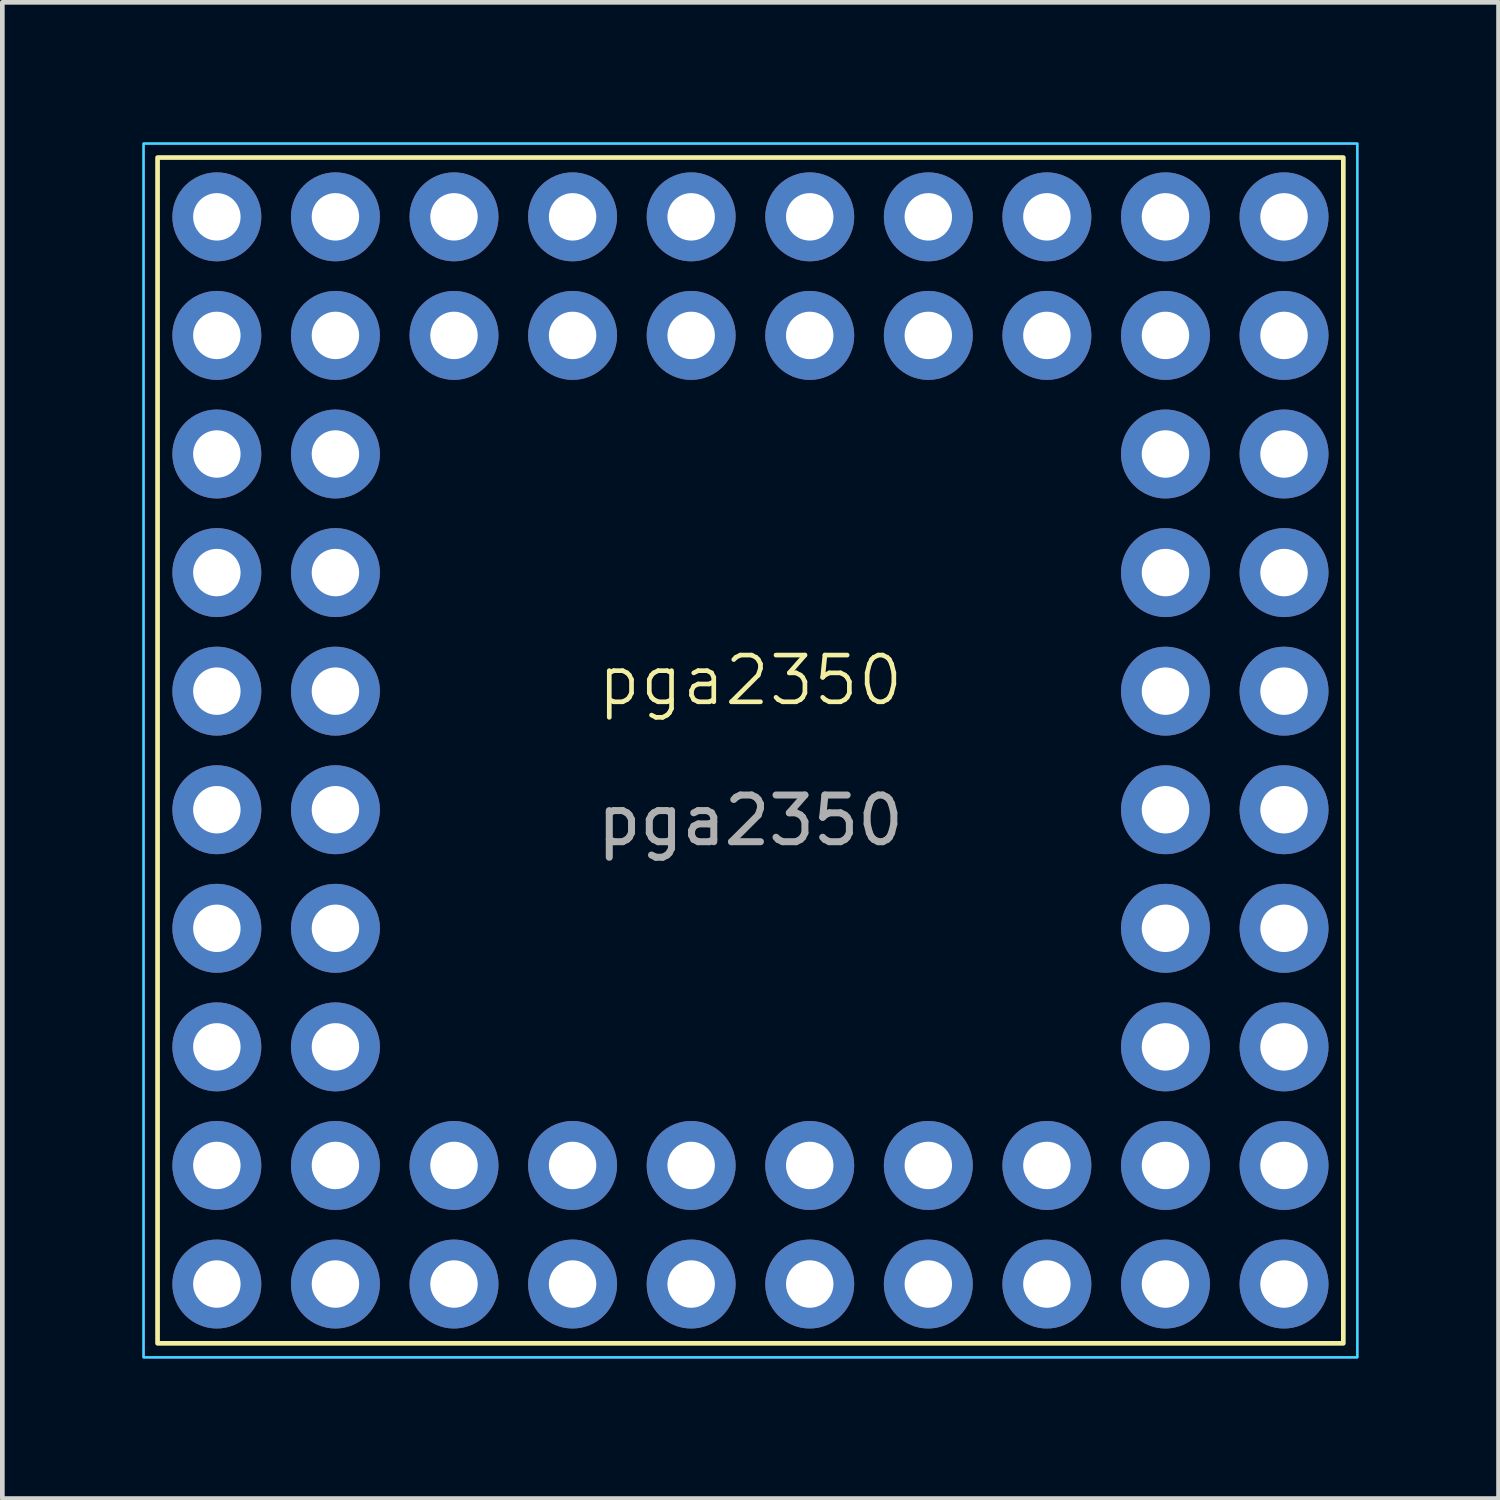
<source format=kicad_pcb>
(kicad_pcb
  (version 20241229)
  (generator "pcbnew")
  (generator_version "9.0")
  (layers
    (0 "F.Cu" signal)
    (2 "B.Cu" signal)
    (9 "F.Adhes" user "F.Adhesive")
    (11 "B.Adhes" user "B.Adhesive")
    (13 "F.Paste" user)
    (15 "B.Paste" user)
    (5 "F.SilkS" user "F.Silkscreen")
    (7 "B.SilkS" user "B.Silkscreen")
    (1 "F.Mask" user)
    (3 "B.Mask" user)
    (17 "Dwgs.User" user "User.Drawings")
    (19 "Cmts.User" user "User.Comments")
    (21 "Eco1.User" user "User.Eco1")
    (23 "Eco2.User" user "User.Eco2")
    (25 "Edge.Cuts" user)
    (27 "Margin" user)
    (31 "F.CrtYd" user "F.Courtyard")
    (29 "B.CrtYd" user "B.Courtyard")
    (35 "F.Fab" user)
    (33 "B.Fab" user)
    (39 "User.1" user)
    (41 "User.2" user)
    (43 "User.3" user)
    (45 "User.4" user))
  (footprint "pga2350"
    (layer "F.Cu")
    (at 13.025 13.025)
    (property "Reference" "pga2350" (at 0 -1.5 0) (unlocked yes) (layer "F.SilkS") (effects (font (size 1 1) (thickness 0.1))))
    (attr through_hole)
    (fp_rect (start -12.7 -12.7) (end 12.7 12.7) (stroke (width 0.1) (type solid)) (fill no) (layer "F.SilkS"))
    (fp_rect (start -13 -13) (end 13 13) (stroke (width 0.05) (type default)) (fill no) (layer "B.CrtYd"))
    (fp_rect (start -13 -13) (end 13 13) (stroke (width 0.05) (type default)) (fill no) (layer "F.CrtYd"))
    (fp_text user "${REFERENCE}" (at 0 1.5 0) (unlocked yes) (layer "F.Fab") (effects (font (size 1 1) (thickness 0.15))))
    (pad "00" thru_hole circle (at -8.89 -11.43) (size 1.905 1.905) (drill 1.016) (layers "*.Cu" "*.Mask"))
    (pad "01" thru_hole circle (at -6.35 -8.89) (size 1.905 1.905) (drill 1.016) (layers "*.Cu" "*.Mask"))
    (pad "02" thru_hole circle (at -11.43 -8.89) (size 1.905 1.905) (drill 1.016) (layers "*.Cu" "*.Mask"))
    (pad "03" thru_hole circle (at -8.89 -6.35) (size 1.905 1.905) (drill 1.016) (layers "*.Cu" "*.Mask"))
    (pad "3EN" thru_hole circle (at -3.81 -11.43) (size 1.905 1.905) (drill 1.016) (layers "*.Cu" "*.Mask"))
    (pad "3V3" thru_hole circle (at -3.81 -8.89) (size 1.905 1.905) (drill 1.016) (layers "*.Cu" "*.Mask"))
    (pad "04" thru_hole circle (at -11.43 -6.35) (size 1.905 1.905) (drill 1.016) (layers "*.Cu" "*.Mask"))
    (pad "05" thru_hole circle (at -8.89 -3.81) (size 1.905 1.905) (drill 1.016) (layers "*.Cu" "*.Mask"))
    (pad "06" thru_hole circle (at -11.43 -3.81) (size 1.905 1.905) (drill 1.016) (layers "*.Cu" "*.Mask"))
    (pad "07" thru_hole circle (at -8.89 -1.27) (size 1.905 1.905) (drill 1.016) (layers "*.Cu" "*.Mask"))
    (pad "08" thru_hole circle (at -11.43 -1.27) (size 1.905 1.905) (drill 1.016) (layers "*.Cu" "*.Mask"))
    (pad "09" thru_hole circle (at -8.89 1.27) (size 1.905 1.905) (drill 1.016) (layers "*.Cu" "*.Mask"))
    (pad "10" thru_hole circle (at -11.43 1.27) (size 1.905 1.905) (drill 1.016) (layers "*.Cu" "*.Mask"))
    (pad "11" thru_hole circle (at -8.89 3.81) (size 1.905 1.905) (drill 1.016) (layers "*.Cu" "*.Mask"))
    (pad "12" thru_hole circle (at -11.43 3.81) (size 1.905 1.905) (drill 1.016) (layers "*.Cu" "*.Mask"))
    (pad "13" thru_hole circle (at -8.89 6.35) (size 1.905 1.905) (drill 1.016) (layers "*.Cu" "*.Mask"))
    (pad "14" thru_hole circle (at -11.43 6.35) (size 1.905 1.905) (drill 1.016) (layers "*.Cu" "*.Mask"))
    (pad "15" thru_hole circle (at -8.89 8.89) (size 1.905 1.905) (drill 1.016) (layers "*.Cu" "*.Mask"))
    (pad "16" thru_hole circle (at -11.43 8.89) (size 1.905 1.905) (drill 1.016) (layers "*.Cu" "*.Mask"))
    (pad "17" thru_hole circle (at -8.89 11.43) (size 1.905 1.905) (drill 1.016) (layers "*.Cu" "*.Mask"))
    (pad "18" thru_hole circle (at -6.35 11.43) (size 1.905 1.905) (drill 1.016) (layers "*.Cu" "*.Mask"))
    (pad "19" thru_hole circle (at -6.35 8.89) (size 1.905 1.905) (drill 1.016) (layers "*.Cu" "*.Mask"))
    (pad "20" thru_hole circle (at -3.81 11.43) (size 1.905 1.905) (drill 1.016) (layers "*.Cu" "*.Mask"))
    (pad "21" thru_hole circle (at -3.81 8.89) (size 1.905 1.905) (drill 1.016) (layers "*.Cu" "*.Mask"))
    (pad "22" thru_hole circle (at -1.27 11.43) (size 1.905 1.905) (drill 1.016) (layers "*.Cu" "*.Mask"))
    (pad "23" thru_hole circle (at -1.27 8.89) (size 1.905 1.905) (drill 1.016) (layers "*.Cu" "*.Mask"))
    (pad "24" thru_hole circle (at 1.27 11.43) (size 1.905 1.905) (drill 1.016) (layers "*.Cu" "*.Mask"))
    (pad "25" thru_hole circle (at 1.27 8.89) (size 1.905 1.905) (drill 1.016) (layers "*.Cu" "*.Mask"))
    (pad "26" thru_hole circle (at 3.81 11.43) (size 1.905 1.905) (drill 1.016) (layers "*.Cu" "*.Mask"))
    (pad "27" thru_hole circle (at 3.81 8.89) (size 1.905 1.905) (drill 1.016) (layers "*.Cu" "*.Mask"))
    (pad "28" thru_hole circle (at 6.35 11.43) (size 1.905 1.905) (drill 1.016) (layers "*.Cu" "*.Mask"))
    (pad "29" thru_hole circle (at 6.35 8.89) (size 1.905 1.905) (drill 1.016) (layers "*.Cu" "*.Mask"))
    (pad "30" thru_hole circle (at 8.89 11.43) (size 1.905 1.905) (drill 1.016) (layers "*.Cu" "*.Mask"))
    (pad "31" thru_hole circle (at 8.89 8.89) (size 1.905 1.905) (drill 1.016) (layers "*.Cu" "*.Mask"))
    (pad "32" thru_hole circle (at 11.43 8.89) (size 1.905 1.905) (drill 1.016) (layers "*.Cu" "*.Mask"))
    (pad "33" thru_hole circle (at 8.89 6.35) (size 1.905 1.905) (drill 1.016) (layers "*.Cu" "*.Mask"))
    (pad "34" thru_hole circle (at 11.43 6.35) (size 1.905 1.905) (drill 1.016) (layers "*.Cu" "*.Mask"))
    (pad "35" thru_hole circle (at 8.89 3.81) (size 1.905 1.905) (drill 1.016) (layers "*.Cu" "*.Mask"))
    (pad "36" thru_hole circle (at 11.43 3.81) (size 1.905 1.905) (drill 1.016) (layers "*.Cu" "*.Mask"))
    (pad "37" thru_hole circle (at 8.89 1.27) (size 1.905 1.905) (drill 1.016) (layers "*.Cu" "*.Mask"))
    (pad "38" thru_hole circle (at 11.43 1.27) (size 1.905 1.905) (drill 1.016) (layers "*.Cu" "*.Mask"))
    (pad "39" thru_hole circle (at 8.89 -1.27) (size 1.905 1.905) (drill 1.016) (layers "*.Cu" "*.Mask"))
    (pad "40" thru_hole circle (at 11.43 -1.27) (size 1.905 1.905) (drill 1.016) (layers "*.Cu" "*.Mask"))
    (pad "41" thru_hole circle (at 8.89 -3.81) (size 1.905 1.905) (drill 1.016) (layers "*.Cu" "*.Mask"))
    (pad "42" thru_hole circle (at 11.43 -3.81) (size 1.905 1.905) (drill 1.016) (layers "*.Cu" "*.Mask"))
    (pad "43" thru_hole circle (at 8.89 -6.35) (size 1.905 1.905) (drill 1.016) (layers "*.Cu" "*.Mask"))
    (pad "44" thru_hole circle (at 11.43 -6.35) (size 1.905 1.905) (drill 1.016) (layers "*.Cu" "*.Mask"))
    (pad "45" thru_hole circle (at 11.43 -8.89) (size 1.905 1.905) (drill 1.016) (layers "*.Cu" "*.Mask"))
    (pad "46" thru_hole circle (at 8.89 -11.43) (size 1.905 1.905) (drill 1.016) (layers "*.Cu" "*.Mask"))
    (pad "47" thru_hole circle (at 6.35 -8.89) (size 1.905 1.905) (drill 1.016) (layers "*.Cu" "*.Mask"))
    (pad "AR" thru_hole circle (at -1.27 -8.89) (size 1.905 1.905) (drill 1.016) (layers "*.Cu" "*.Mask"))
    (pad "BS" thru_hole circle (at 6.35 -11.43) (size 1.905 1.905) (drill 1.016) (layers "*.Cu" "*.Mask"))
    (pad "G" thru_hole circle (at -11.43 -11.43) (size 1.905 1.905) (drill 1.016) (layers "*.Cu" "*.Mask"))
    (pad "G" thru_hole circle (at -11.43 11.43) (size 1.905 1.905) (drill 1.016) (layers "*.Cu" "*.Mask"))
    (pad "G" thru_hole circle (at -8.89 -8.89) (size 1.905 1.905) (drill 1.016) (layers "*.Cu" "*.Mask"))
    (pad "G" thru_hole circle (at 8.89 -8.89) (size 1.905 1.905) (drill 1.016) (layers "*.Cu" "*.Mask"))
    (pad "G" thru_hole circle (at 11.43 -11.43) (size 1.905 1.905) (drill 1.016) (layers "*.Cu" "*.Mask"))
    (pad "G" thru_hole circle (at 11.43 11.43) (size 1.905 1.905) (drill 1.016) (layers "*.Cu" "*.Mask"))
    (pad "R" thru_hole circle (at -1.27 -11.43) (size 1.905 1.905) (drill 1.016) (layers "*.Cu" "*.Mask"))
    (pad "SC" thru_hole circle (at 1.27 -8.89) (size 1.905 1.905) (drill 1.016) (layers "*.Cu" "*.Mask"))
    (pad "SD" thru_hole circle (at 3.81 -8.89) (size 1.905 1.905) (drill 1.016) (layers "*.Cu" "*.Mask"))
    (pad "U+" thru_hole circle (at 1.27 -11.43) (size 1.905 1.905) (drill 1.016) (layers "*.Cu" "*.Mask"))
    (pad "U-" thru_hole circle (at 3.81 -11.43) (size 1.905 1.905) (drill 1.016) (layers "*.Cu" "*.Mask"))
    (pad "VBB" thru_hole circle (at -6.35 -11.43) (size 1.905 1.905) (drill 1.016) (layers "*.Cu" "*.Mask")))
  (gr_rect
    (start -3 -3)
    (end 29.05 29.05)
    (stroke (width 0.1) (type default))
    (fill no)
    (layer "Edge.Cuts")))
</source>
